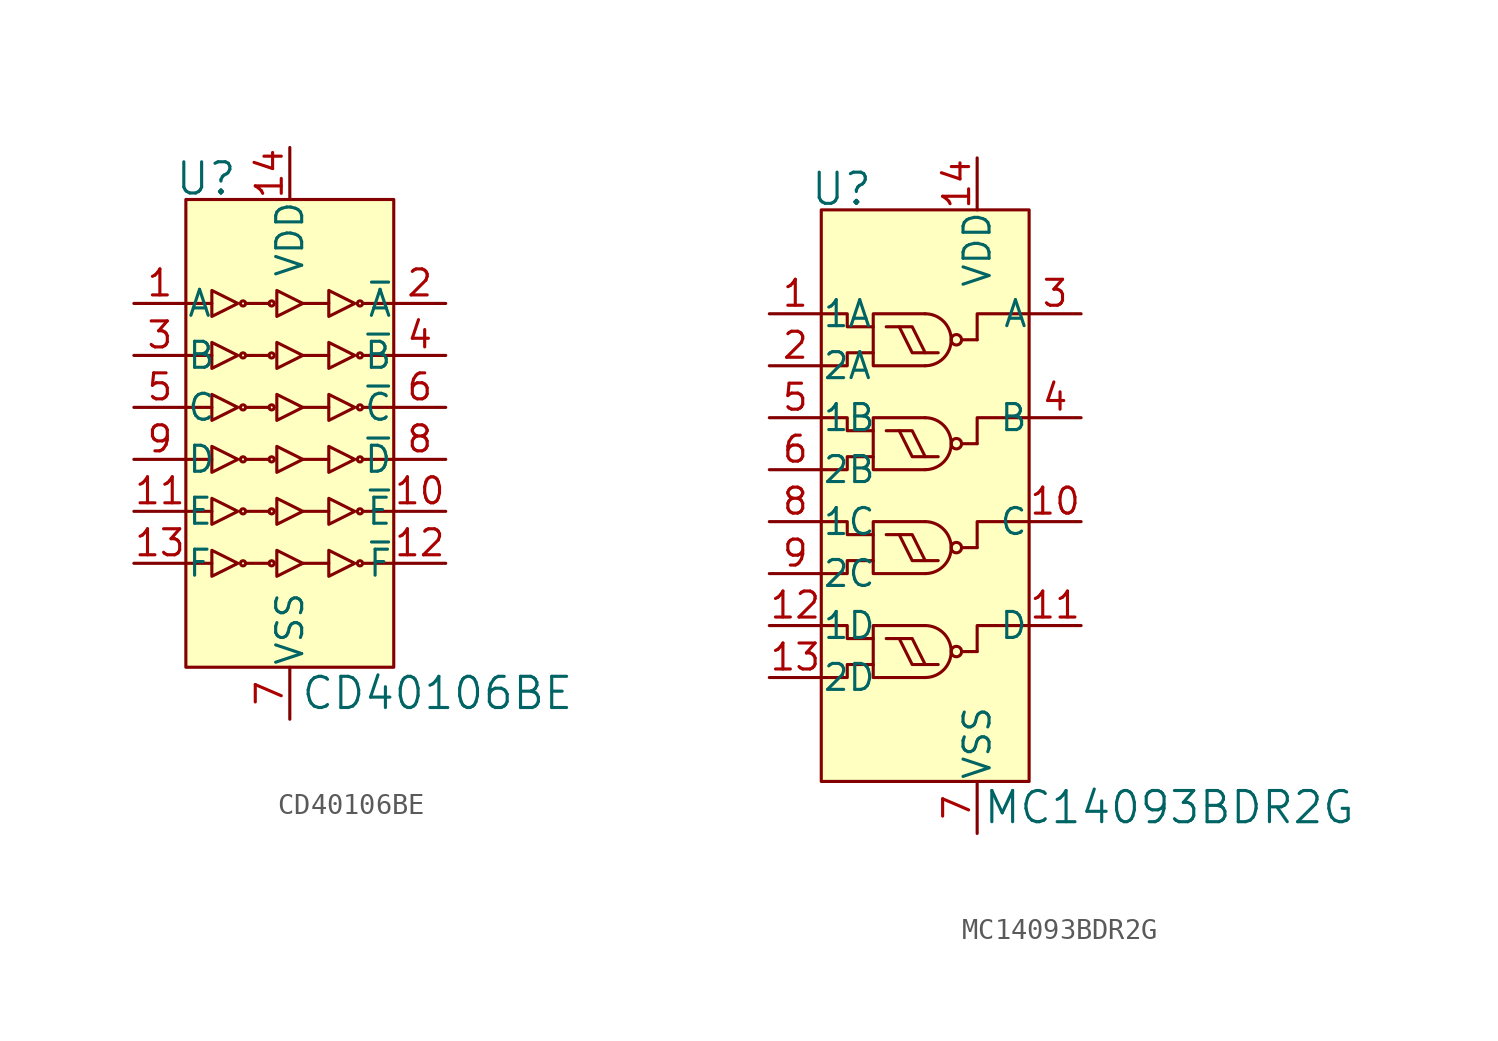
<source format=kicad_sym>
(kicad_symbol_lib
  (version 20201005)
  (generator kicad_symbol_editor)
  (symbol "CD40106BE"
    (pin_names
      (offset 0.025))
    (property "Reference" "U"
      (at -2.54 13.716 0)
      (effects (font (size 1.524 1.524)) (justify right)))
    (property "Value" "CD40106BE"
      (at 0.508 -11.43 0)
      (effects (font (size 1.524 1.524)) (justify left)))
    (symbol "CD40106BE_0_1"
      (circle (center -2.286 -5.08) (radius 0.127) (stroke (width 0)) (fill (type none)))
      (circle (center -2.286 -2.54) (radius 0.127) (stroke (width 0)) (fill (type none)))
      (circle (center -2.286 0) (radius 0.127) (stroke (width 0)) (fill (type none)))
      (circle (center -2.286 2.54) (radius 0.127) (stroke (width 0)) (fill (type none)))
      (circle (center -2.286 5.08) (radius 0.127) (stroke (width 0)) (fill (type none)))
      (circle (center -2.286 7.62) (radius 0.127) (stroke (width 0)) (fill (type none)))
      (circle (center -0.889 -5.08) (radius 0.127) (stroke (width 0)) (fill (type none)))
      (circle (center -0.889 -2.54) (radius 0.127) (stroke (width 0)) (fill (type none)))
      (circle (center -0.889 0) (radius 0.127) (stroke (width 0)) (fill (type none)))
      (circle (center -0.889 2.54) (radius 0.127) (stroke (width 0)) (fill (type none)))
      (circle (center -0.889 5.08) (radius 0.127) (stroke (width 0)) (fill (type none)))
      (circle (center -0.889 7.62) (radius 0.127) (stroke (width 0)) (fill (type none)))
      (circle (center 3.429 -5.08) (radius 0.127) (stroke (width 0)) (fill (type none)))
      (circle (center 3.429 -2.54) (radius 0.127) (stroke (width 0)) (fill (type none)))
      (circle (center 3.429 0) (radius 0.127) (stroke (width 0)) (fill (type none)))
      (circle (center 3.429 2.54) (radius 0.127) (stroke (width 0)) (fill (type none)))
      (circle (center 3.429 5.08) (radius 0.127) (stroke (width 0)) (fill (type none)))
      (circle (center 3.429 7.62) (radius 0.127) (stroke (width 0)) (fill (type none)))
      (rectangle (start -5.08 12.7) (end 5.08 -10.16) (stroke (width 0)) (fill (type background)))
      (polyline (pts (xy -3.81 -5.08) (xy -5.08 -5.08)) (stroke (width 0)) (fill (type none)))
      (polyline (pts (xy -3.81 -2.54) (xy -5.08 -2.54)) (stroke (width 0)) (fill (type none)))
      (polyline (pts (xy -3.81 0) (xy -5.08 0)) (stroke (width 0)) (fill (type none)))
      (polyline (pts (xy -3.81 2.54) (xy -5.08 2.54)) (stroke (width 0)) (fill (type none)))
      (polyline (pts (xy -3.81 5.08) (xy -5.08 5.08)) (stroke (width 0)) (fill (type none)))
      (polyline (pts (xy -3.81 7.62) (xy -5.08 7.62)) (stroke (width 0)) (fill (type none)))
      (polyline (pts (xy -1.016 -5.08) (xy -2.159 -5.08)) (stroke (width 0)) (fill (type none)))
      (polyline (pts (xy -1.016 -2.54) (xy -2.159 -2.54)) (stroke (width 0)) (fill (type none)))
      (polyline (pts (xy -1.016 0) (xy -2.159 0)) (stroke (width 0)) (fill (type none)))
      (polyline (pts (xy -1.016 2.54) (xy -2.159 2.54)) (stroke (width 0)) (fill (type none)))
      (polyline (pts (xy -1.016 5.08) (xy -2.159 5.08)) (stroke (width 0)) (fill (type none)))
      (polyline (pts (xy -1.016 7.62) (xy -2.159 7.62)) (stroke (width 0)) (fill (type none)))
      (polyline (pts (xy 1.905 -5.08) (xy 0.635 -5.08)) (stroke (width 0)) (fill (type none)))
      (polyline (pts (xy 1.905 -2.54) (xy 0.635 -2.54)) (stroke (width 0)) (fill (type none)))
      (polyline (pts (xy 1.905 0) (xy 0.635 0)) (stroke (width 0)) (fill (type none)))
      (polyline (pts (xy 1.905 2.54) (xy 0.635 2.54)) (stroke (width 0)) (fill (type none)))
      (polyline (pts (xy 1.905 5.08) (xy 0.635 5.08)) (stroke (width 0)) (fill (type none)))
      (polyline (pts (xy 1.905 7.62) (xy 0.635 7.62)) (stroke (width 0)) (fill (type none)))
      (polyline (pts (xy 3.556 -5.08) (xy 5.08 -5.08)) (stroke (width 0)) (fill (type none)))
      (polyline (pts (xy 3.556 -2.54) (xy 5.08 -2.54)) (stroke (width 0)) (fill (type none)))
      (polyline (pts (xy 3.556 0) (xy 5.08 0)) (stroke (width 0)) (fill (type none)))
      (polyline (pts (xy 3.556 2.54) (xy 5.08 2.54)) (stroke (width 0)) (fill (type none)))
      (polyline (pts (xy 3.556 5.08) (xy 5.08 5.08)) (stroke (width 0)) (fill (type none)))
      (polyline (pts (xy 3.556 7.62) (xy 5.08 7.62)) (stroke (width 0)) (fill (type none)))
      (polyline (pts (xy -3.81 -4.445) (xy -3.81 -5.715) (xy -2.54 -5.08) (xy -3.81 -4.445)) (stroke (width 0)) (fill (type none)))
      (polyline (pts (xy -3.81 -1.905) (xy -3.81 -3.175) (xy -2.54 -2.54) (xy -3.81 -1.905)) (stroke (width 0)) (fill (type none)))
      (polyline (pts (xy -3.81 0.635) (xy -3.81 -0.635) (xy -2.54 0) (xy -3.81 0.635)) (stroke (width 0)) (fill (type none)))
      (polyline (pts (xy -3.81 3.175) (xy -3.81 1.905) (xy -2.54 2.54) (xy -3.81 3.175)) (stroke (width 0)) (fill (type none)))
      (polyline (pts (xy -3.81 5.715) (xy -3.81 4.445) (xy -2.54 5.08) (xy -3.81 5.715)) (stroke (width 0)) (fill (type none)))
      (polyline (pts (xy -3.81 8.255) (xy -3.81 6.985) (xy -2.54 7.62) (xy -3.81 8.255)) (stroke (width 0)) (fill (type none)))
      (polyline (pts (xy -0.635 -4.445) (xy -0.635 -5.715) (xy 0.635 -5.08) (xy -0.635 -4.445)) (stroke (width 0)) (fill (type none)))
      (polyline (pts (xy -0.635 -1.905) (xy -0.635 -3.175) (xy 0.635 -2.54) (xy -0.635 -1.905)) (stroke (width 0)) (fill (type none)))
      (polyline (pts (xy -0.635 0.635) (xy -0.635 -0.635) (xy 0.635 0) (xy -0.635 0.635)) (stroke (width 0)) (fill (type none)))
      (polyline (pts (xy -0.635 3.175) (xy -0.635 1.905) (xy 0.635 2.54) (xy -0.635 3.175)) (stroke (width 0)) (fill (type none)))
      (polyline (pts (xy -0.635 5.715) (xy -0.635 4.445) (xy 0.635 5.08) (xy -0.635 5.715)) (stroke (width 0)) (fill (type none)))
      (polyline (pts (xy -0.635 8.255) (xy -0.635 6.985) (xy 0.635 7.62) (xy -0.635 8.255)) (stroke (width 0)) (fill (type none)))
      (polyline (pts (xy 1.905 -4.445) (xy 1.905 -5.715) (xy 3.175 -5.08) (xy 1.905 -4.445)) (stroke (width 0)) (fill (type none)))
      (polyline (pts (xy 1.905 -1.905) (xy 1.905 -3.175) (xy 3.175 -2.54) (xy 1.905 -1.905)) (stroke (width 0)) (fill (type none)))
      (polyline (pts (xy 1.905 0.635) (xy 1.905 -0.635) (xy 3.175 0) (xy 1.905 0.635)) (stroke (width 0)) (fill (type none)))
      (polyline (pts (xy 1.905 3.175) (xy 1.905 1.905) (xy 3.175 2.54) (xy 1.905 3.175)) (stroke (width 0)) (fill (type none)))
      (polyline (pts (xy 1.905 5.715) (xy 1.905 4.445) (xy 3.175 5.08) (xy 1.905 5.715)) (stroke (width 0)) (fill (type none)))
      (polyline (pts (xy 1.905 8.255) (xy 1.905 6.985) (xy 3.175 7.62) (xy 1.905 8.255)) (stroke (width 0)) (fill (type none))))
    (symbol "CD40106BE_1_1"
      (pin input line (at -7.62 7.62 0) (length 2.54) (name "A" (effects (font (size 1.27 1.27)))) (number "1" (effects (font (size 1.27 1.27)))))
      (pin output line (at 7.62 7.62 180) (length 2.54) (name "~A" (effects (font (size 1.27 1.27)))) (number "2" (effects (font (size 1.27 1.27)))))
      (pin input line (at -7.62 5.08 0) (length 2.54) (name "B" (effects (font (size 1.27 1.27)))) (number "3" (effects (font (size 1.27 1.27)))))
      (pin output line (at 7.62 5.08 180) (length 2.54) (name "~B" (effects (font (size 1.27 1.27)))) (number "4" (effects (font (size 1.27 1.27)))))
      (pin input line (at -7.62 2.54 0) (length 2.54) (name "C" (effects (font (size 1.27 1.27)))) (number "5" (effects (font (size 1.27 1.27)))))
      (pin output line (at 7.62 2.54 180) (length 2.54) (name "~C" (effects (font (size 1.27 1.27)))) (number "6" (effects (font (size 1.27 1.27)))))
      (pin power_in line (at 0 -12.7 90) (length 2.54) (name "VSS" (effects (font (size 1.27 1.27)))) (number "7" (effects (font (size 1.27 1.27)))))
      (pin output line (at 7.62 0 180) (length 2.54) (name "~D" (effects (font (size 1.27 1.27)))) (number "8" (effects (font (size 1.27 1.27)))))
      (pin input line (at -7.62 0 0) (length 2.54) (name "D" (effects (font (size 1.27 1.27)))) (number "9" (effects (font (size 1.27 1.27)))))
      (pin output line (at 7.62 -2.54 180) (length 2.54) (name "~E" (effects (font (size 1.27 1.27)))) (number "10" (effects (font (size 1.27 1.27)))))
      (pin input line (at -7.62 -2.54 0) (length 2.54) (name "E" (effects (font (size 1.27 1.27)))) (number "11" (effects (font (size 1.27 1.27)))))
      (pin output line (at 7.62 -5.08 180) (length 2.54) (name "~F" (effects (font (size 1.27 1.27)))) (number "12" (effects (font (size 1.27 1.27)))))
      (pin input line (at -7.62 -5.08 0) (length 2.54) (name "F" (effects (font (size 1.27 1.27)))) (number "13" (effects (font (size 1.27 1.27)))))
      (pin power_in line (at 0 15.24 270) (length 2.54) (name "VDD" (effects (font (size 1.27 1.27)))) (number "14" (effects (font (size 1.27 1.27)))))))
  (symbol "MC14093BDR2G"
    (pin_names
      (offset 0.025))
    (property "Reference" "U"
      (at -2.54 13.716 0)
      (effects (font (size 1.524 1.524)) (justify right)))
    (property "Value" "MC14093BDR2G"
      (at 2.794 -16.51 0)
      (effects (font (size 1.524 1.524)) (justify left)))
    (symbol "MC14093BDR2G_0_1"
      (arc (start 0 -10.16) (end 0 -7.62) (radius (at 0 -8.89) (length 1.27) (angles -89.9 89.9)) (stroke (width 0)) (fill (type none)))
      (arc (start 0 -5.08) (end 0 -2.54) (radius (at 0 -3.81) (length 1.27) (angles -89.9 89.9)) (stroke (width 0)) (fill (type none)))
      (arc (start 0 0) (end 0 2.54) (radius (at 0 1.27) (length 1.27) (angles -89.9 89.9)) (stroke (width 0)) (fill (type none)))
      (arc (start 0 5.08) (end 0 7.62) (radius (at 0 6.35) (length 1.27) (angles -89.9 89.9)) (stroke (width 0)) (fill (type none)))
      (circle (center 1.524 -8.89) (radius 0.254) (stroke (width 0)) (fill (type none)))
      (circle (center 1.524 -3.81) (radius 0.254) (stroke (width 0)) (fill (type none)))
      (circle (center 1.524 1.27) (radius 0.254) (stroke (width 0)) (fill (type none)))
      (circle (center 1.524 6.35) (radius 0.254) (stroke (width 0)) (fill (type none)))
      (rectangle (start -5.08 12.7) (end 5.08 -15.24) (stroke (width 0)) (fill (type background)))
      (polyline (pts (xy 2.54 -8.89) (xy 1.778 -8.89)) (stroke (width 0)) (fill (type none)))
      (polyline (pts (xy 2.54 -3.81) (xy 1.778 -3.81)) (stroke (width 0)) (fill (type none)))
      (polyline (pts (xy 2.54 1.27) (xy 1.778 1.27)) (stroke (width 0)) (fill (type none)))
      (polyline (pts (xy 2.54 6.35) (xy 1.778 6.35)) (stroke (width 0)) (fill (type none)))
      (polyline (pts (xy 2.54 -8.89) (xy 2.54 -7.62) (xy 5.08 -7.62)) (stroke (width 0)) (fill (type none)))
      (polyline (pts (xy 2.54 -3.81) (xy 2.54 -2.54) (xy 5.08 -2.54)) (stroke (width 0)) (fill (type none)))
      (polyline (pts (xy 2.54 1.27) (xy 2.54 2.54) (xy 5.08 2.54)) (stroke (width 0)) (fill (type none)))
      (polyline (pts (xy 2.54 6.35) (xy 2.54 7.62) (xy 5.08 7.62)) (stroke (width 0)) (fill (type none)))
      (polyline (pts (xy -5.08 -10.16) (xy -3.81 -10.16) (xy -3.81 -9.525) (xy -2.54 -9.525)) (stroke (width 0)) (fill (type none)))
      (polyline (pts (xy -5.08 -5.08) (xy -3.81 -5.08) (xy -3.81 -4.445) (xy -2.54 -4.445)) (stroke (width 0)) (fill (type none)))
      (polyline (pts (xy -5.08 0) (xy -3.81 0) (xy -3.81 0.635) (xy -2.54 0.635)) (stroke (width 0)) (fill (type none)))
      (polyline (pts (xy -5.08 5.08) (xy -3.81 5.08) (xy -3.81 5.715) (xy -2.54 5.715)) (stroke (width 0)) (fill (type none)))
      (polyline (pts (xy -2.54 -8.255) (xy -3.81 -8.255) (xy -3.81 -7.62) (xy -5.08 -7.62)) (stroke (width 0)) (fill (type none)))
      (polyline (pts (xy -2.54 -3.175) (xy -3.81 -3.175) (xy -3.81 -2.54) (xy -5.08 -2.54)) (stroke (width 0)) (fill (type none)))
      (polyline (pts (xy -2.54 1.905) (xy -3.81 1.905) (xy -3.81 2.54) (xy -5.08 2.54)) (stroke (width 0)) (fill (type none)))
      (polyline (pts (xy -2.54 6.985) (xy -3.81 6.985) (xy -3.81 7.62) (xy -5.08 7.62)) (stroke (width 0)) (fill (type none)))
      (polyline (pts (xy -1.905 -8.255) (xy -1.27 -8.255) (xy -0.635 -9.525) (xy 0 -9.525)) (stroke (width 0)) (fill (type none)))
      (polyline (pts (xy -1.905 -3.175) (xy -1.27 -3.175) (xy -0.635 -4.445) (xy 0 -4.445)) (stroke (width 0)) (fill (type none)))
      (polyline (pts (xy -1.905 1.905) (xy -1.27 1.905) (xy -0.635 0.635) (xy 0 0.635)) (stroke (width 0)) (fill (type none)))
      (polyline (pts (xy -1.905 6.985) (xy -1.27 6.985) (xy -0.635 5.715) (xy 0 5.715)) (stroke (width 0)) (fill (type none)))
      (polyline (pts (xy -1.27 -8.255) (xy -0.635 -8.255) (xy 0 -9.525) (xy 0.635 -9.525)) (stroke (width 0)) (fill (type none)))
      (polyline (pts (xy -1.27 -3.175) (xy -0.635 -3.175) (xy 0 -4.445) (xy 0.635 -4.445)) (stroke (width 0)) (fill (type none)))
      (polyline (pts (xy -1.27 1.905) (xy -0.635 1.905) (xy 0 0.635) (xy 0.635 0.635)) (stroke (width 0)) (fill (type none)))
      (polyline (pts (xy -1.27 6.985) (xy -0.635 6.985) (xy 0 5.715) (xy 0.635 5.715)) (stroke (width 0)) (fill (type none)))
      (polyline (pts (xy 0 -7.62) (xy -2.54 -7.62) (xy -2.54 -10.16) (xy 0 -10.16)) (stroke (width 0)) (fill (type none)))
      (polyline (pts (xy 0 -2.54) (xy -2.54 -2.54) (xy -2.54 -5.08) (xy 0 -5.08)) (stroke (width 0)) (fill (type none)))
      (polyline (pts (xy 0 2.54) (xy -2.54 2.54) (xy -2.54 0) (xy 0 0)) (stroke (width 0)) (fill (type none)))
      (polyline (pts (xy 0 7.62) (xy -2.54 7.62) (xy -2.54 5.08) (xy 0 5.08)) (stroke (width 0)) (fill (type none))))
    (symbol "MC14093BDR2G_1_1"
      (pin input line (at -7.62 7.62 0) (length 2.54) (name "1A" (effects (font (size 1.27 1.27)))) (number "1" (effects (font (size 1.27 1.27)))))
      (pin input line (at -7.62 5.08 0) (length 2.54) (name "2A" (effects (font (size 1.27 1.27)))) (number "2" (effects (font (size 1.27 1.27)))))
      (pin output line (at 7.62 7.62 180) (length 2.54) (name "A" (effects (font (size 1.27 1.27)))) (number "3" (effects (font (size 1.27 1.27)))))
      (pin output line (at 7.62 2.54 180) (length 2.54) (name "B" (effects (font (size 1.27 1.27)))) (number "4" (effects (font (size 1.27 1.27)))))
      (pin input line (at -7.62 2.54 0) (length 2.54) (name "1B" (effects (font (size 1.27 1.27)))) (number "5" (effects (font (size 1.27 1.27)))))
      (pin input line (at -7.62 0 0) (length 2.54) (name "2B" (effects (font (size 1.27 1.27)))) (number "6" (effects (font (size 1.27 1.27)))))
      (pin power_in line (at 2.54 -17.78 90) (length 2.54) (name "VSS" (effects (font (size 1.27 1.27)))) (number "7" (effects (font (size 1.27 1.27)))))
      (pin input line (at -7.62 -2.54 0) (length 2.54) (name "1C" (effects (font (size 1.27 1.27)))) (number "8" (effects (font (size 1.27 1.27)))))
      (pin input line (at -7.62 -5.08 0) (length 2.54) (name "2C" (effects (font (size 1.27 1.27)))) (number "9" (effects (font (size 1.27 1.27)))))
      (pin output line (at 7.62 -2.54 180) (length 2.54) (name "C" (effects (font (size 1.27 1.27)))) (number "10" (effects (font (size 1.27 1.27)))))
      (pin output line (at 7.62 -7.62 180) (length 2.54) (name "D" (effects (font (size 1.27 1.27)))) (number "11" (effects (font (size 1.27 1.27)))))
      (pin input line (at -7.62 -7.62 0) (length 2.54) (name "1D" (effects (font (size 1.27 1.27)))) (number "12" (effects (font (size 1.27 1.27)))))
      (pin input line (at -7.62 -10.16 0) (length 2.54) (name "2D" (effects (font (size 1.27 1.27)))) (number "13" (effects (font (size 1.27 1.27)))))
      (pin power_in line (at 2.54 15.24 270) (length 2.54) (name "VDD" (effects (font (size 1.27 1.27)))) (number "14" (effects (font (size 1.27 1.27))))))))
</source>
